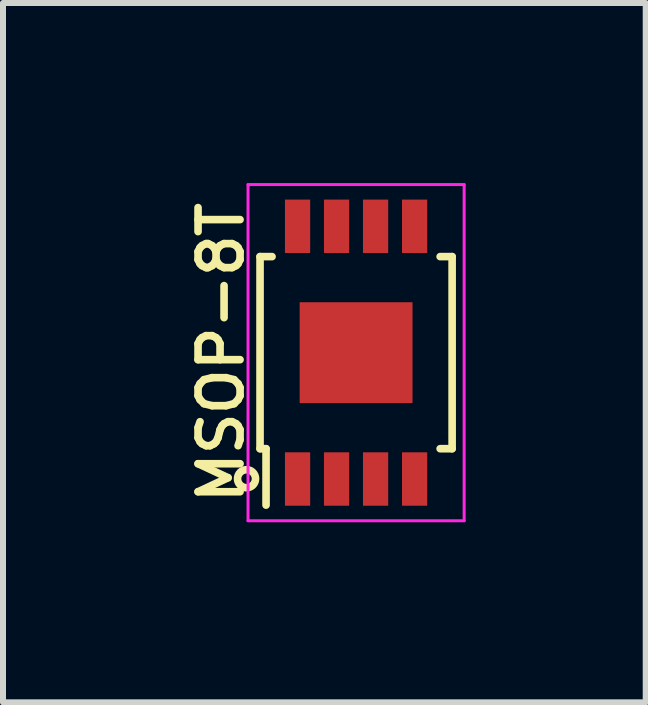
<source format=kicad_pcb>
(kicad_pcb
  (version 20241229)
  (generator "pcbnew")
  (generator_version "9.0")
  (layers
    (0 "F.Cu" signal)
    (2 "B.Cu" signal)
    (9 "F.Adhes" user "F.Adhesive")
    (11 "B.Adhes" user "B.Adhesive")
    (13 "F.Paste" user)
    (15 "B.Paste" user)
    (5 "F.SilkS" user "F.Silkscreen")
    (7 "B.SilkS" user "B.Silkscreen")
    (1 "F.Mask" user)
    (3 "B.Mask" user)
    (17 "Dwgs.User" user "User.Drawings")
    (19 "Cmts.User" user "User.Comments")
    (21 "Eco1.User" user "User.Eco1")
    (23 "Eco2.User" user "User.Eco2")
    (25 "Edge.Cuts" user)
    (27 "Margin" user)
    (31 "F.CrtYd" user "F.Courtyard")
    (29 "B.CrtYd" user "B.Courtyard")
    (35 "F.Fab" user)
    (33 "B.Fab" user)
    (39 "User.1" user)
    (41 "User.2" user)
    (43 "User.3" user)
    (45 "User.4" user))
  (footprint "MSOP-8T"
    (layer "F.Cu")
    (at 2.882 2.825)
    (property "Reference" "MSOP-8T" (at -2.25 0 90) (layer "F.SilkS") (effects (font (size 0.7 0.7) (thickness 0.127))))
    (attr smd)
    (fp_line (start -1.6 -1.6) (end -1.4 -1.6) (stroke (width 0.127) (type solid)) (layer "F.SilkS"))
    (fp_line (start -1.6 1.6) (end -1.6 -1.6) (stroke (width 0.127) (type solid)) (layer "F.SilkS"))
    (fp_line (start -1.5 1.6) (end -1.6 1.6) (stroke (width 0.127) (type solid)) (layer "F.SilkS"))
    (fp_line (start -1.5 1.6) (end -1.5 2.54) (stroke (width 0.127) (type solid)) (layer "F.SilkS"))
    (fp_line (start 1.6 -1.6) (end 1.4 -1.6) (stroke (width 0.127) (type solid)) (layer "F.SilkS"))
    (fp_line (start 1.6 1.6) (end 1.4 1.6) (stroke (width 0.127) (type solid)) (layer "F.SilkS"))
    (fp_line (start 1.6 1.6) (end 1.6 -1.6) (stroke (width 0.127) (type solid)) (layer "F.SilkS"))
    (fp_circle (center -1.825 2.1) (end -1.675 2.1) (stroke (width 0.127) (type solid)) (fill no) (layer "F.SilkS"))
    (fp_line (start -1.8 -2.8) (end 1.8 -2.8) (stroke (width 0.05) (type solid)) (layer "F.CrtYd"))
    (fp_line (start -1.8 2.8) (end -1.8 -2.8) (stroke (width 0.05) (type solid)) (layer "F.CrtYd"))
    (fp_line (start -1.8 2.8) (end 1.8 2.8) (stroke (width 0.05) (type solid)) (layer "F.CrtYd"))
    (fp_line (start 1.8 2.8) (end 1.8 -2.8) (stroke (width 0.05) (type solid)) (layer "F.CrtYd"))
    (pad "1" smd rect (at -0.975 2.105 90) (size 0.89 0.42) (layers "F.Cu" "F.Mask" "F.Paste"))
    (pad "2" smd rect (at -0.325 2.105 90) (size 0.89 0.42) (layers "F.Cu" "F.Mask" "F.Paste"))
    (pad "3" smd rect (at 0.325 2.105 90) (size 0.89 0.42) (layers "F.Cu" "F.Mask" "F.Paste"))
    (pad "4" smd rect (at 0.975 2.105 90) (size 0.89 0.42) (layers "F.Cu" "F.Mask" "F.Paste"))
    (pad "5" smd rect (at 0.975 -2.105 90) (size 0.89 0.42) (layers "F.Cu" "F.Mask" "F.Paste"))
    (pad "6" smd rect (at 0.325 -2.105 90) (size 0.89 0.42) (layers "F.Cu" "F.Mask" "F.Paste"))
    (pad "7" smd rect (at -0.325 -2.105 90) (size 0.89 0.42) (layers "F.Cu" "F.Mask" "F.Paste"))
    (pad "8" smd rect (at -0.975 -2.105 90) (size 0.89 0.42) (layers "F.Cu" "F.Mask" "F.Paste"))
    (pad "9" smd rect (at 0 0 90) (size 1.68 1.88) (layers "F.Cu" "F.Mask" "F.Paste")))
  (gr_rect
    (start -3 -3)
    (end 7.707 8.65)
    (stroke (width 0.1) (type default))
    (fill no)
    (layer "Edge.Cuts")))
</source>
